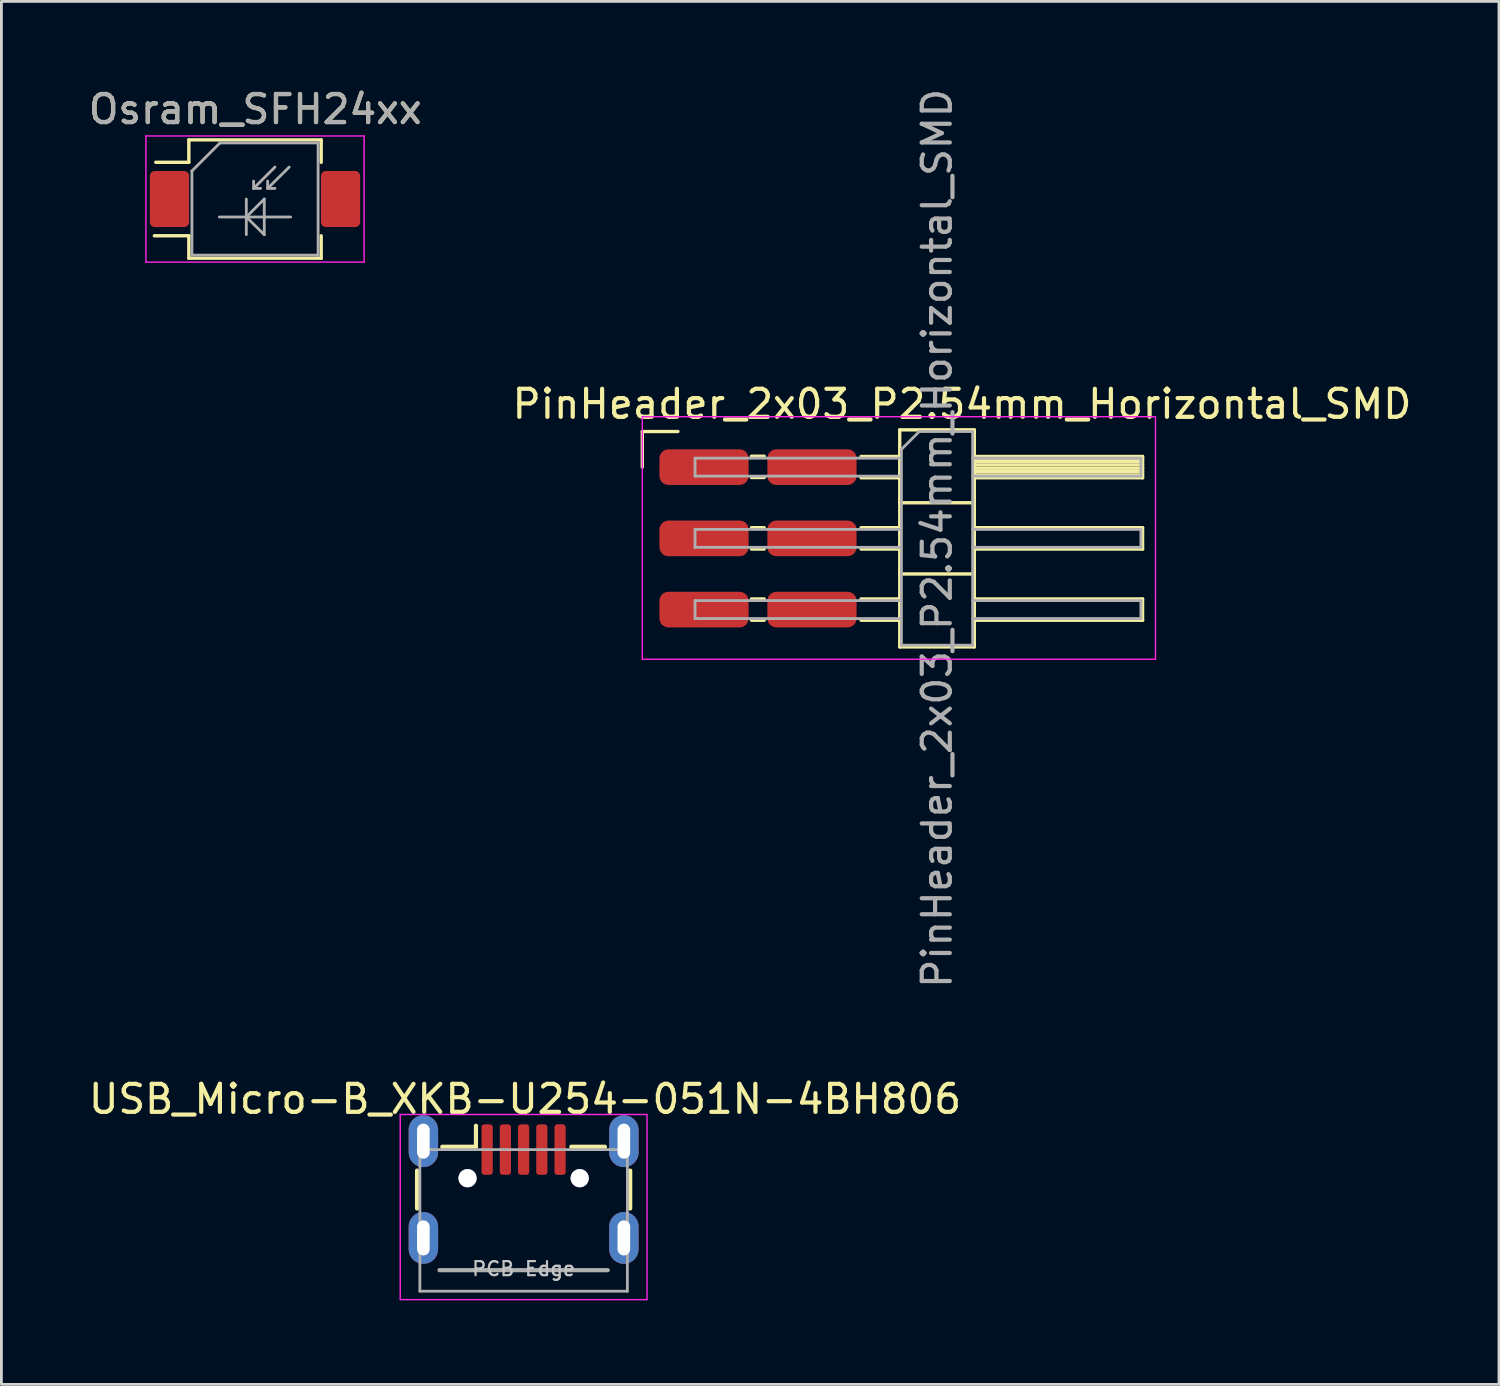
<source format=kicad_pcb>
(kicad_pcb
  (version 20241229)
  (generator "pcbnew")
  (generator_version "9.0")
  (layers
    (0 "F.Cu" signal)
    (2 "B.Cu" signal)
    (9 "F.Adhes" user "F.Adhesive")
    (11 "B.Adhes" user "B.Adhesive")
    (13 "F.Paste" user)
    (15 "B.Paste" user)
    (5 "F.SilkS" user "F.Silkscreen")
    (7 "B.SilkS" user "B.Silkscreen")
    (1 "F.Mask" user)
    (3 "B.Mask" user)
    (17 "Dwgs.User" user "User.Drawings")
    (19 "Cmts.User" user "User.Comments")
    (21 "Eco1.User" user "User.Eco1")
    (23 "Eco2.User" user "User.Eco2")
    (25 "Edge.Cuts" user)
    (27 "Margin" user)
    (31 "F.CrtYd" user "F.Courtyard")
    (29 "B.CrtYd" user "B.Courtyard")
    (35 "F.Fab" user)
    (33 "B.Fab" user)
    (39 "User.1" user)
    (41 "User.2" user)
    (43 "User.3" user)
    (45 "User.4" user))
  (footprint "PinHeader_2x03_P2.54mm_Horizontal_SMD"
    (layer "F.Cu")
    (at 22.056 13.609)
    (property "Reference" "PinHeader_2x03_P2.54mm_Horizontal_SMD" (at 9.2 -2.25 0) (layer "F.SilkS") (effects (font (size 1 1) (thickness 0.15))))
    (attr smd)
    (fp_line (start -2.2 -1.27) (end -0.93 -1.27) (stroke (width 0.12) (type solid)) (layer "F.SilkS"))
    (fp_line (start -2.2 0) (end -2.2 -1.27) (stroke (width 0.12) (type solid)) (layer "F.SilkS"))
    (fp_line (start 1.693 -0.39) (end 2.147 -0.39) (stroke (width 0.12) (type solid)) (layer "F.SilkS"))
    (fp_line (start 1.693 0.37) (end 2.147 0.37) (stroke (width 0.12) (type solid)) (layer "F.SilkS"))
    (fp_line (start 1.693 2.16) (end 2.147 2.16) (stroke (width 0.12) (type solid)) (layer "F.SilkS"))
    (fp_line (start 1.693 2.92) (end 2.147 2.92) (stroke (width 0.12) (type solid)) (layer "F.SilkS"))
    (fp_line (start 1.693 4.7) (end 2.147 4.7) (stroke (width 0.12) (type solid)) (layer "F.SilkS"))
    (fp_line (start 1.693 5.46) (end 2.147 5.46) (stroke (width 0.12) (type solid)) (layer "F.SilkS"))
    (fp_line (start 5.6 -0.38) (end 6.98 -0.38) (stroke (width 0.12) (type solid)) (layer "F.SilkS"))
    (fp_line (start 5.6 0.38) (end 6.98 0.38) (stroke (width 0.12) (type solid)) (layer "F.SilkS"))
    (fp_line (start 5.6 2.16) (end 6.98 2.16) (stroke (width 0.12) (type solid)) (layer "F.SilkS"))
    (fp_line (start 5.6 2.92) (end 6.98 2.92) (stroke (width 0.12) (type solid)) (layer "F.SilkS"))
    (fp_line (start 5.6 4.7) (end 6.98 4.7) (stroke (width 0.12) (type solid)) (layer "F.SilkS"))
    (fp_line (start 5.6 5.46) (end 6.98 5.46) (stroke (width 0.12) (type solid)) (layer "F.SilkS"))
    (fp_line (start 6.98 -1.33) (end 6.98 6.41) (stroke (width 0.12) (type solid)) (layer "F.SilkS"))
    (fp_line (start 6.98 1.27) (end 9.64 1.27) (stroke (width 0.12) (type solid)) (layer "F.SilkS"))
    (fp_line (start 6.98 3.81) (end 9.64 3.81) (stroke (width 0.12) (type solid)) (layer "F.SilkS"))
    (fp_line (start 6.98 6.41) (end 9.64 6.41) (stroke (width 0.12) (type solid)) (layer "F.SilkS"))
    (fp_line (start 9.64 -1.33) (end 6.98 -1.33) (stroke (width 0.12) (type solid)) (layer "F.SilkS"))
    (fp_line (start 9.64 -0.38) (end 15.64 -0.38) (stroke (width 0.12) (type solid)) (layer "F.SilkS"))
    (fp_line (start 9.64 -0.32) (end 15.64 -0.32) (stroke (width 0.12) (type solid)) (layer "F.SilkS"))
    (fp_line (start 9.64 -0.2) (end 15.64 -0.2) (stroke (width 0.12) (type solid)) (layer "F.SilkS"))
    (fp_line (start 9.64 -0.08) (end 15.64 -0.08) (stroke (width 0.12) (type solid)) (layer "F.SilkS"))
    (fp_line (start 9.64 0.04) (end 15.64 0.04) (stroke (width 0.12) (type solid)) (layer "F.SilkS"))
    (fp_line (start 9.64 0.16) (end 15.64 0.16) (stroke (width 0.12) (type solid)) (layer "F.SilkS"))
    (fp_line (start 9.64 0.28) (end 15.64 0.28) (stroke (width 0.12) (type solid)) (layer "F.SilkS"))
    (fp_line (start 9.64 2.16) (end 15.64 2.16) (stroke (width 0.12) (type solid)) (layer "F.SilkS"))
    (fp_line (start 9.64 4.7) (end 15.64 4.7) (stroke (width 0.12) (type solid)) (layer "F.SilkS"))
    (fp_line (start 9.64 6.41) (end 9.64 -1.33) (stroke (width 0.12) (type solid)) (layer "F.SilkS"))
    (fp_line (start 15.64 -0.38) (end 15.64 0.38) (stroke (width 0.12) (type solid)) (layer "F.SilkS"))
    (fp_line (start 15.64 0.38) (end 9.64 0.38) (stroke (width 0.12) (type solid)) (layer "F.SilkS"))
    (fp_line (start 15.64 2.16) (end 15.64 2.92) (stroke (width 0.12) (type solid)) (layer "F.SilkS"))
    (fp_line (start 15.64 2.92) (end 9.64 2.92) (stroke (width 0.12) (type solid)) (layer "F.SilkS"))
    (fp_line (start 15.64 4.7) (end 15.64 5.46) (stroke (width 0.12) (type solid)) (layer "F.SilkS"))
    (fp_line (start 15.64 5.46) (end 9.64 5.46) (stroke (width 0.12) (type solid)) (layer "F.SilkS"))
    (fp_line (start -2.2 -1.8) (end -2.2 6.85) (stroke (width 0.05) (type solid)) (layer "F.CrtYd"))
    (fp_line (start -2.2 6.85) (end 16.1 6.85) (stroke (width 0.05) (type solid)) (layer "F.CrtYd"))
    (fp_line (start 16.1 -1.8) (end -2.2 -1.8) (stroke (width 0.05) (type solid)) (layer "F.CrtYd"))
    (fp_line (start 16.1 6.85) (end 16.1 -1.8) (stroke (width 0.05) (type solid)) (layer "F.CrtYd"))
    (fp_line (start -0.32 -0.32) (end -0.32 0.32) (stroke (width 0.1) (type solid)) (layer "F.Fab"))
    (fp_line (start -0.32 -0.32) (end 7 -0.32) (stroke (width 0.1) (type solid)) (layer "F.Fab"))
    (fp_line (start -0.32 0.32) (end 7 0.32) (stroke (width 0.1) (type solid)) (layer "F.Fab"))
    (fp_line (start -0.32 2.22) (end -0.32 2.86) (stroke (width 0.1) (type solid)) (layer "F.Fab"))
    (fp_line (start -0.32 2.22) (end 7 2.22) (stroke (width 0.1) (type solid)) (layer "F.Fab"))
    (fp_line (start -0.32 2.86) (end 7 2.86) (stroke (width 0.1) (type solid)) (layer "F.Fab"))
    (fp_line (start -0.32 4.76) (end -0.32 5.4) (stroke (width 0.1) (type solid)) (layer "F.Fab"))
    (fp_line (start -0.32 4.76) (end 7 4.76) (stroke (width 0.1) (type solid)) (layer "F.Fab"))
    (fp_line (start -0.32 5.4) (end 7 5.4) (stroke (width 0.1) (type solid)) (layer "F.Fab"))
    (fp_line (start 7.04 -0.635) (end 7.675 -1.27) (stroke (width 0.1) (type solid)) (layer "F.Fab"))
    (fp_line (start 7.04 6.35) (end 7.04 -0.635) (stroke (width 0.1) (type solid)) (layer "F.Fab"))
    (fp_line (start 7.675 -1.27) (end 9.58 -1.27) (stroke (width 0.1) (type solid)) (layer "F.Fab"))
    (fp_line (start 9.58 -1.27) (end 9.58 6.35) (stroke (width 0.1) (type solid)) (layer "F.Fab"))
    (fp_line (start 9.58 -0.32) (end 15.58 -0.32) (stroke (width 0.1) (type solid)) (layer "F.Fab"))
    (fp_line (start 9.58 0.32) (end 15.58 0.32) (stroke (width 0.1) (type solid)) (layer "F.Fab"))
    (fp_line (start 9.58 2.22) (end 15.58 2.22) (stroke (width 0.1) (type solid)) (layer "F.Fab"))
    (fp_line (start 9.58 2.86) (end 15.58 2.86) (stroke (width 0.1) (type solid)) (layer "F.Fab"))
    (fp_line (start 9.58 4.76) (end 15.58 4.76) (stroke (width 0.1) (type solid)) (layer "F.Fab"))
    (fp_line (start 9.58 5.4) (end 15.58 5.4) (stroke (width 0.1) (type solid)) (layer "F.Fab"))
    (fp_line (start 9.58 6.35) (end 7.04 6.35) (stroke (width 0.1) (type solid)) (layer "F.Fab"))
    (fp_line (start 15.58 -0.32) (end 15.58 0.32) (stroke (width 0.1) (type solid)) (layer "F.Fab"))
    (fp_line (start 15.58 2.22) (end 15.58 2.86) (stroke (width 0.1) (type solid)) (layer "F.Fab"))
    (fp_line (start 15.58 4.76) (end 15.58 5.4) (stroke (width 0.1) (type solid)) (layer "F.Fab"))
    (fp_text user "${REFERENCE}" (at 8.31 2.54 90) (layer "F.Fab") (effects (font (size 1 1) (thickness 0.15))))
    (pad "1" smd roundrect (at 0 0) (size 3.18 1.27) (layers "F.Cu" "F.Mask" "F.Paste") (roundrect_rratio 0.25))
    (pad "2" smd roundrect (at 3.85 0) (size 3.18 1.27) (layers "F.Cu" "F.Mask" "F.Paste") (roundrect_rratio 0.25))
    (pad "3" smd roundrect (at 0 2.54) (size 3.18 1.27) (layers "F.Cu" "F.Mask" "F.Paste") (roundrect_rratio 0.25))
    (pad "4" smd roundrect (at 3.85 2.54) (size 3.18 1.27) (layers "F.Cu" "F.Mask" "F.Paste") (roundrect_rratio 0.25))
    (pad "5" smd roundrect (at 0 5.08) (size 3.18 1.27) (layers "F.Cu" "F.Mask" "F.Paste") (roundrect_rratio 0.25))
    (pad "6" smd roundrect (at 3.85 5.08) (size 3.18 1.27) (layers "F.Cu" "F.Mask" "F.Paste") (roundrect_rratio 0.25)))
  (footprint "Osram_SFH24xx"
    (layer "F.Cu")
    (at 6.044 4.048)
    (property "Reference" "Osram_SFH24xx" (at 0.01 -3.2 0) (layer "F.SilkS") (effects (font (size 1 1) (thickness 0.15))))
    (attr smd)
    (fp_line (start -3.59 1.31) (end -2.36 1.31) (stroke (width 0.12) (type solid)) (layer "F.SilkS"))
    (fp_line (start -2.36 -2.11) (end -2.36 -1.31) (stroke (width 0.12) (type solid)) (layer "F.SilkS"))
    (fp_line (start -2.36 -1.31) (end -3.54 -1.31) (stroke (width 0.12) (type solid)) (layer "F.SilkS"))
    (fp_line (start -2.36 1.31) (end -2.36 2.11) (stroke (width 0.12) (type solid)) (layer "F.SilkS"))
    (fp_line (start -2.36 2.11) (end 2.36 2.11) (stroke (width 0.12) (type solid)) (layer "F.SilkS"))
    (fp_line (start 2.36 -2.11) (end -2.36 -2.11) (stroke (width 0.12) (type solid)) (layer "F.SilkS"))
    (fp_line (start 2.36 -1.31) (end 2.36 -2.11) (stroke (width 0.12) (type solid)) (layer "F.SilkS"))
    (fp_line (start 2.36 2.11) (end 2.36 1.31) (stroke (width 0.12) (type solid)) (layer "F.SilkS"))
    (fp_line (start -3.89 -2.25) (end -3.89 2.25) (stroke (width 0.05) (type solid)) (layer "F.CrtYd"))
    (fp_line (start -3.89 -2.25) (end 3.89 -2.25) (stroke (width 0.05) (type solid)) (layer "F.CrtYd"))
    (fp_line (start 3.89 2.25) (end -3.89 2.25) (stroke (width 0.05) (type solid)) (layer "F.CrtYd"))
    (fp_line (start 3.89 2.25) (end 3.89 -2.25) (stroke (width 0.05) (type solid)) (layer "F.CrtYd"))
    (fp_line (start -2.25 -1) (end -2.25 2) (stroke (width 0.1) (type solid)) (layer "F.Fab"))
    (fp_line (start -2.25 -1) (end -1.25 -2) (stroke (width 0.1) (type solid)) (layer "F.Fab"))
    (fp_line (start -1.27 0.64) (end 1.27 0.64) (stroke (width 0.1) (type solid)) (layer "F.Fab"))
    (fp_line (start -1.25 -2) (end 2.25 -2) (stroke (width 0.1) (type solid)) (layer "F.Fab"))
    (fp_line (start -0.31 0) (end -0.31 1.27) (stroke (width 0.1) (type solid)) (layer "F.Fab"))
    (fp_line (start -0.31 0.64) (end 0.33 0) (stroke (width 0.1) (type solid)) (layer "F.Fab"))
    (fp_line (start -0.05 -0.38) (end -0.05 -0.64) (stroke (width 0.1) (type solid)) (layer "F.Fab"))
    (fp_line (start -0.05 -0.38) (end 0.2 -0.38) (stroke (width 0.1) (type solid)) (layer "F.Fab"))
    (fp_line (start 0.33 0) (end 0.33 1.27) (stroke (width 0.1) (type solid)) (layer "F.Fab"))
    (fp_line (start 0.33 1.27) (end -0.31 0.64) (stroke (width 0.1) (type solid)) (layer "F.Fab"))
    (fp_line (start 0.45 -0.38) (end 0.45 -0.64) (stroke (width 0.1) (type solid)) (layer "F.Fab"))
    (fp_line (start 0.45 -0.38) (end 0.71 -0.38) (stroke (width 0.1) (type solid)) (layer "F.Fab"))
    (fp_line (start 0.71 -1.14) (end -0.05 -0.38) (stroke (width 0.1) (type solid)) (layer "F.Fab"))
    (fp_line (start 1.22 -1.14) (end 0.45 -0.38) (stroke (width 0.1) (type solid)) (layer "F.Fab"))
    (fp_line (start 2.25 -2) (end 2.25 2) (stroke (width 0.1) (type solid)) (layer "F.Fab"))
    (fp_line (start 2.25 2) (end -2.25 2) (stroke (width 0.1) (type solid)) (layer "F.Fab"))
    (fp_text user "${REFERENCE}" (at 0.01 -3.2 0) (layer "F.Fab") (effects (font (size 1 1) (thickness 0.15))))
    (pad "1" smd roundrect (at -3.05 0 180) (size 1.4 2) (layers "F.Cu" "F.Mask" "F.Paste") (roundrect_rratio 0.125))
    (pad "2" smd roundrect (at 3.05 0 180) (size 1.4 2) (layers "F.Cu" "F.Mask" "F.Paste") (roundrect_rratio 0.125)))
  (footprint "USB_Micro-B_XKB-U254-051N-4BH806"
    (layer "F.Cu")
    (at 15.623 39.646)
    (property "Reference" "USB_Micro-B_XKB-U254-051N-4BH806" (at 0.05 -3.5 0) (layer "F.SilkS") (effects (font (size 1 1) (thickness 0.15))))
    (attr through_hole)
    (fp_line (start -3.8 0.4) (end -3.8 -0.95) (stroke (width 0.15) (type solid)) (layer "F.SilkS"))
    (fp_line (start -1.7 -1.8) (end -2.9 -1.8) (stroke (width 0.15) (type solid)) (layer "F.SilkS"))
    (fp_line (start -1.7 -1.8) (end -1.7 -2.55) (stroke (width 0.15) (type solid)) (layer "F.SilkS"))
    (fp_line (start 2.9 -1.8) (end 1.7 -1.8) (stroke (width 0.15) (type solid)) (layer "F.SilkS"))
    (fp_line (start 3.8 0.4) (end 3.8 -0.95) (stroke (width 0.15) (type solid)) (layer "F.SilkS"))
    (fp_line (start -4.4 -2.95) (end 4.4 -2.95) (stroke (width 0.05) (type solid)) (layer "F.CrtYd"))
    (fp_line (start -4.4 3.65) (end -4.4 -2.95) (stroke (width 0.05) (type solid)) (layer "F.CrtYd"))
    (fp_line (start -4.4 3.65) (end 4.4 3.65) (stroke (width 0.05) (type solid)) (layer "F.CrtYd"))
    (fp_line (start 4.4 3.65) (end 4.4 -2.95) (stroke (width 0.05) (type solid)) (layer "F.CrtYd"))
    (fp_line (start -3.7 -1.7) (end 3.7 -1.7) (stroke (width 0.1) (type solid)) (layer "F.Fab"))
    (fp_line (start -3.7 3.35) (end -3.7 -1.7) (stroke (width 0.1) (type solid)) (layer "F.Fab"))
    (fp_line (start -3.7 3.35) (end 3.7 3.35) (stroke (width 0.1) (type solid)) (layer "F.Fab"))
    (fp_line (start -3 2.6) (end 3 2.6) (stroke (width 0.15) (type solid)) (layer "F.Fab"))
    (fp_line (start 3.7 3.35) (end 3.7 -1.7) (stroke (width 0.1) (type solid)) (layer "F.Fab"))
    (fp_text user "PCB Edge" (at 0 2.55 0) (layer "Dwgs.User") (effects (font (size 0.5 0.5) (thickness 0.08))))
    (pad "" thru_hole circle (at -2 -0.68 180) (size 0.65 0.65) (drill 0.65) (layers "*.Cu" "*.Mask"))
    (pad "" thru_hole circle (at 2 -0.68 180) (size 0.65 0.65) (drill 0.65) (layers "*.Cu" "*.Mask"))
    (pad "1" smd roundrect (at -1.3 -1.7) (size 0.4 1.8) (layers "F.Cu" "F.Mask" "F.Paste") (roundrect_rratio 0.25))
    (pad "2" smd roundrect (at -0.65 -1.7) (size 0.4 1.8) (layers "F.Cu" "F.Mask" "F.Paste") (roundrect_rratio 0.25))
    (pad "3" smd roundrect (at 0 -1.7) (size 0.4 1.8) (layers "F.Cu" "F.Mask" "F.Paste") (roundrect_rratio 0.25))
    (pad "4" smd roundrect (at 0.65 -1.7) (size 0.4 1.8) (layers "F.Cu" "F.Mask" "F.Paste") (roundrect_rratio 0.25))
    (pad "5" smd roundrect (at 1.3 -1.7) (size 0.4 1.8) (layers "F.Cu" "F.Mask" "F.Paste") (roundrect_rratio 0.25))
    (pad "6" thru_hole oval (at -3.575 -2 180) (size 1.05 1.85) (drill oval 0.45 1.25) (layers "*.Cu" "*.Mask"))
    (pad "6" thru_hole oval (at -3.575 1.45 180) (size 1.05 1.85) (drill oval 0.45 1.25) (layers "*.Cu" "*.Mask"))
    (pad "6" thru_hole oval (at 3.575 -2 180) (size 1.05 1.85) (drill oval 0.45 1.25) (layers "*.Cu" "*.Mask"))
    (pad "6" thru_hole oval (at 3.575 1.45 180) (size 1.05 1.85) (drill oval 0.45 1.25) (layers "*.Cu" "*.Mask")))
  (gr_rect
    (start -3 -3)
    (end 50.405 46.321)
    (stroke (width 0.1) (type default))
    (fill no)
    (layer "Edge.Cuts")))
</source>
